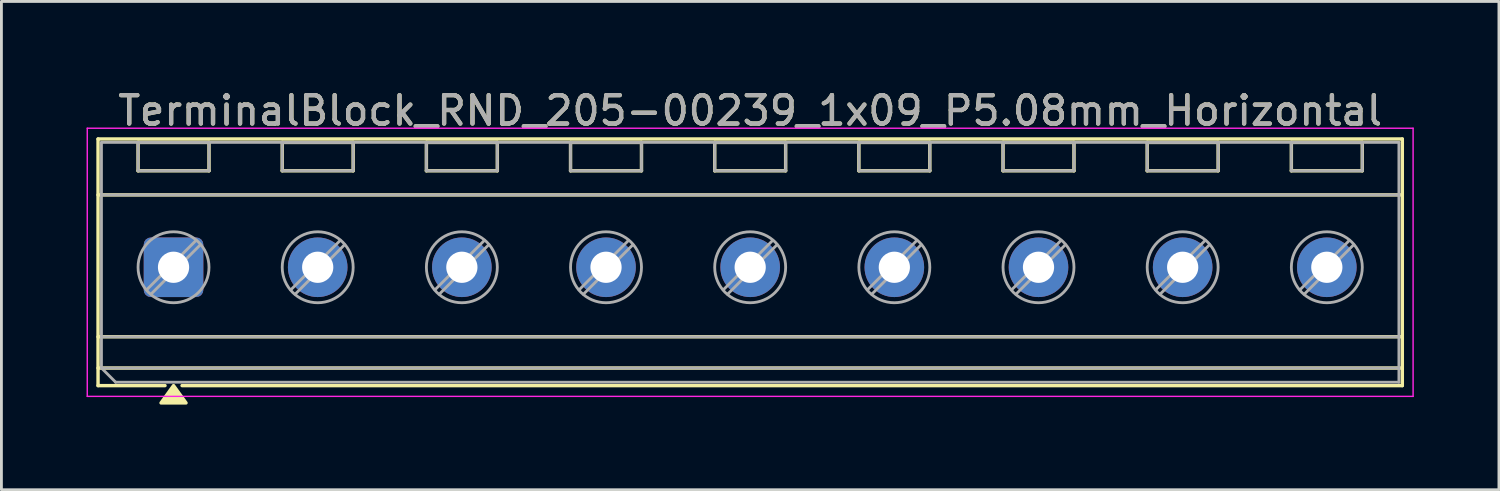
<source format=kicad_pcb>
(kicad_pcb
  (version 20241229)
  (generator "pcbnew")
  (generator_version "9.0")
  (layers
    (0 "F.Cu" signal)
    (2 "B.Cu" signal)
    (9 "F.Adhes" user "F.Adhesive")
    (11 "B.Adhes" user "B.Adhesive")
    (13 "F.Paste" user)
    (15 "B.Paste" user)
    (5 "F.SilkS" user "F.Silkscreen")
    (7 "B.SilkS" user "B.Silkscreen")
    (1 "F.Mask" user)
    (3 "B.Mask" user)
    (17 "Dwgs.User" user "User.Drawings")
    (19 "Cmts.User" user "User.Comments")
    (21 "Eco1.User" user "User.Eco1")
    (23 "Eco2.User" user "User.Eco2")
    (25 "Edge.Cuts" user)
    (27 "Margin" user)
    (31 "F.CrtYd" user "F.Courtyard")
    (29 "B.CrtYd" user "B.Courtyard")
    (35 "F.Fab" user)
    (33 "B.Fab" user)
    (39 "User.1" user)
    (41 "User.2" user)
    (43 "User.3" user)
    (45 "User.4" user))
  (footprint "TerminalBlock_RND_205-00239_1x09_P5.08mm_Horizontal"
    (layer "F.Cu")
    (at 3.065 6.368)
    (property "Reference" "TerminalBlock_RND_205-00239_1x09_P5.08mm_Horizontal" (at 20.32 -5.52 0) (layer "F.SilkS") (effects (font (size 1 1) (thickness 0.15))))
    (attr through_hole)
    (fp_line (start -2.66 -4.52) (end 43.3 -4.52) (stroke (width 0.12) (type solid)) (layer "F.SilkS"))
    (fp_line (start -2.66 -2.55) (end 43.3 -2.55) (stroke (width 0.12) (type solid)) (layer "F.SilkS"))
    (fp_line (start -2.66 2.45) (end 43.3 2.45) (stroke (width 0.12) (type solid)) (layer "F.SilkS"))
    (fp_line (start -2.66 3.55) (end 43.3 3.55) (stroke (width 0.12) (type solid)) (layer "F.SilkS"))
    (fp_line (start -2.66 4.17) (end -2.66 -4.52) (stroke (width 0.12) (type solid)) (layer "F.SilkS"))
    (fp_line (start -1.25 -4.4) (end 1.25 -4.4) (stroke (width 0.12) (type solid)) (layer "F.SilkS"))
    (fp_line (start -1.25 -3.4) (end -1.25 -4.4) (stroke (width 0.12) (type solid)) (layer "F.SilkS"))
    (fp_line (start -0.3 4.17) (end -2.66 4.17) (stroke (width 0.12) (type solid)) (layer "F.SilkS"))
    (fp_line (start 1.25 -4.4) (end 1.25 -3.4) (stroke (width 0.12) (type solid)) (layer "F.SilkS"))
    (fp_line (start 1.25 -3.4) (end -1.25 -3.4) (stroke (width 0.12) (type solid)) (layer "F.SilkS"))
    (fp_line (start 3.83 -4.4) (end 6.33 -4.4) (stroke (width 0.12) (type solid)) (layer "F.SilkS"))
    (fp_line (start 3.83 -3.4) (end 3.83 -4.4) (stroke (width 0.12) (type solid)) (layer "F.SilkS"))
    (fp_line (start 6.33 -4.4) (end 6.33 -3.4) (stroke (width 0.12) (type solid)) (layer "F.SilkS"))
    (fp_line (start 6.33 -3.4) (end 3.83 -3.4) (stroke (width 0.12) (type solid)) (layer "F.SilkS"))
    (fp_line (start 8.91 -4.4) (end 11.41 -4.4) (stroke (width 0.12) (type solid)) (layer "F.SilkS"))
    (fp_line (start 8.91 -3.4) (end 8.91 -4.4) (stroke (width 0.12) (type solid)) (layer "F.SilkS"))
    (fp_line (start 11.41 -4.4) (end 11.41 -3.4) (stroke (width 0.12) (type solid)) (layer "F.SilkS"))
    (fp_line (start 11.41 -3.4) (end 8.91 -3.4) (stroke (width 0.12) (type solid)) (layer "F.SilkS"))
    (fp_line (start 13.99 -4.4) (end 16.49 -4.4) (stroke (width 0.12) (type solid)) (layer "F.SilkS"))
    (fp_line (start 13.99 -3.4) (end 13.99 -4.4) (stroke (width 0.12) (type solid)) (layer "F.SilkS"))
    (fp_line (start 16.49 -4.4) (end 16.49 -3.4) (stroke (width 0.12) (type solid)) (layer "F.SilkS"))
    (fp_line (start 16.49 -3.4) (end 13.99 -3.4) (stroke (width 0.12) (type solid)) (layer "F.SilkS"))
    (fp_line (start 19.07 -4.4) (end 21.57 -4.4) (stroke (width 0.12) (type solid)) (layer "F.SilkS"))
    (fp_line (start 19.07 -3.4) (end 19.07 -4.4) (stroke (width 0.12) (type solid)) (layer "F.SilkS"))
    (fp_line (start 21.57 -4.4) (end 21.57 -3.4) (stroke (width 0.12) (type solid)) (layer "F.SilkS"))
    (fp_line (start 21.57 -3.4) (end 19.07 -3.4) (stroke (width 0.12) (type solid)) (layer "F.SilkS"))
    (fp_line (start 24.15 -4.4) (end 26.65 -4.4) (stroke (width 0.12) (type solid)) (layer "F.SilkS"))
    (fp_line (start 24.15 -3.4) (end 24.15 -4.4) (stroke (width 0.12) (type solid)) (layer "F.SilkS"))
    (fp_line (start 26.65 -4.4) (end 26.65 -3.4) (stroke (width 0.12) (type solid)) (layer "F.SilkS"))
    (fp_line (start 26.65 -3.4) (end 24.15 -3.4) (stroke (width 0.12) (type solid)) (layer "F.SilkS"))
    (fp_line (start 29.23 -4.4) (end 31.73 -4.4) (stroke (width 0.12) (type solid)) (layer "F.SilkS"))
    (fp_line (start 29.23 -3.4) (end 29.23 -4.4) (stroke (width 0.12) (type solid)) (layer "F.SilkS"))
    (fp_line (start 31.73 -4.4) (end 31.73 -3.4) (stroke (width 0.12) (type solid)) (layer "F.SilkS"))
    (fp_line (start 31.73 -3.4) (end 29.23 -3.4) (stroke (width 0.12) (type solid)) (layer "F.SilkS"))
    (fp_line (start 34.31 -4.4) (end 36.81 -4.4) (stroke (width 0.12) (type solid)) (layer "F.SilkS"))
    (fp_line (start 34.31 -3.4) (end 34.31 -4.4) (stroke (width 0.12) (type solid)) (layer "F.SilkS"))
    (fp_line (start 36.81 -4.4) (end 36.81 -3.4) (stroke (width 0.12) (type solid)) (layer "F.SilkS"))
    (fp_line (start 36.81 -3.4) (end 34.31 -3.4) (stroke (width 0.12) (type solid)) (layer "F.SilkS"))
    (fp_line (start 39.39 -4.4) (end 41.89 -4.4) (stroke (width 0.12) (type solid)) (layer "F.SilkS"))
    (fp_line (start 39.39 -3.4) (end 39.39 -4.4) (stroke (width 0.12) (type solid)) (layer "F.SilkS"))
    (fp_line (start 41.89 -4.4) (end 41.89 -3.4) (stroke (width 0.12) (type solid)) (layer "F.SilkS"))
    (fp_line (start 41.89 -3.4) (end 39.39 -3.4) (stroke (width 0.12) (type solid)) (layer "F.SilkS"))
    (fp_line (start 43.3 -4.52) (end 43.3 4.17) (stroke (width 0.12) (type solid)) (layer "F.SilkS"))
    (fp_line (start 43.3 4.17) (end 0.3 4.17) (stroke (width 0.12) (type solid)) (layer "F.SilkS"))
    (fp_poly (pts (xy 0 4.17) (xy 0.44 4.78) (xy -0.44 4.78)) (stroke (width 0.12) (type solid)) (fill yes) (layer "F.SilkS"))
    (fp_line (start -3.04 -4.9) (end -3.04 4.55) (stroke (width 0.05) (type solid)) (layer "F.CrtYd"))
    (fp_line (start -3.04 4.55) (end 43.68 4.55) (stroke (width 0.05) (type solid)) (layer "F.CrtYd"))
    (fp_line (start 43.68 -4.9) (end -3.04 -4.9) (stroke (width 0.05) (type solid)) (layer "F.CrtYd"))
    (fp_line (start 43.68 4.55) (end 43.68 -4.9) (stroke (width 0.05) (type solid)) (layer "F.CrtYd"))
    (fp_line (start -2.54 -4.4) (end 43.18 -4.4) (stroke (width 0.1) (type solid)) (layer "F.Fab"))
    (fp_line (start -2.54 -2.55) (end 43.18 -2.55) (stroke (width 0.1) (type solid)) (layer "F.Fab"))
    (fp_line (start -2.54 2.45) (end 43.18 2.45) (stroke (width 0.1) (type solid)) (layer "F.Fab"))
    (fp_line (start -2.54 3.55) (end -2.54 -4.4) (stroke (width 0.1) (type solid)) (layer "F.Fab"))
    (fp_line (start -2.54 3.55) (end 43.18 3.55) (stroke (width 0.1) (type solid)) (layer "F.Fab"))
    (fp_line (start -2.04 4.05) (end -2.54 3.55) (stroke (width 0.1) (type solid)) (layer "F.Fab"))
    (fp_line (start -1.25 -4.4) (end -1.25 -3.4) (stroke (width 0.1) (type solid)) (layer "F.Fab"))
    (fp_line (start -1.25 -3.4) (end 1.25 -3.4) (stroke (width 0.1) (type solid)) (layer "F.Fab"))
    (fp_line (start 0.795 -0.948) (end -0.948 0.795) (stroke (width 0.1) (type solid)) (layer "F.Fab"))
    (fp_line (start 0.948 -0.795) (end -0.795 0.948) (stroke (width 0.1) (type solid)) (layer "F.Fab"))
    (fp_line (start 1.25 -4.4) (end -1.25 -4.4) (stroke (width 0.1) (type solid)) (layer "F.Fab"))
    (fp_line (start 1.25 -3.4) (end 1.25 -4.4) (stroke (width 0.1) (type solid)) (layer "F.Fab"))
    (fp_line (start 3.83 -4.4) (end 3.83 -3.4) (stroke (width 0.1) (type solid)) (layer "F.Fab"))
    (fp_line (start 3.83 -3.4) (end 6.33 -3.4) (stroke (width 0.1) (type solid)) (layer "F.Fab"))
    (fp_line (start 5.875 -0.948) (end 4.132 0.795) (stroke (width 0.1) (type solid)) (layer "F.Fab"))
    (fp_line (start 6.028 -0.795) (end 4.285 0.948) (stroke (width 0.1) (type solid)) (layer "F.Fab"))
    (fp_line (start 6.33 -4.4) (end 3.83 -4.4) (stroke (width 0.1) (type solid)) (layer "F.Fab"))
    (fp_line (start 6.33 -3.4) (end 6.33 -4.4) (stroke (width 0.1) (type solid)) (layer "F.Fab"))
    (fp_line (start 8.91 -4.4) (end 8.91 -3.4) (stroke (width 0.1) (type solid)) (layer "F.Fab"))
    (fp_line (start 8.91 -3.4) (end 11.41 -3.4) (stroke (width 0.1) (type solid)) (layer "F.Fab"))
    (fp_line (start 10.955 -0.948) (end 9.212 0.795) (stroke (width 0.1) (type solid)) (layer "F.Fab"))
    (fp_line (start 11.108 -0.795) (end 9.365 0.948) (stroke (width 0.1) (type solid)) (layer "F.Fab"))
    (fp_line (start 11.41 -4.4) (end 8.91 -4.4) (stroke (width 0.1) (type solid)) (layer "F.Fab"))
    (fp_line (start 11.41 -3.4) (end 11.41 -4.4) (stroke (width 0.1) (type solid)) (layer "F.Fab"))
    (fp_line (start 13.99 -4.4) (end 13.99 -3.4) (stroke (width 0.1) (type solid)) (layer "F.Fab"))
    (fp_line (start 13.99 -3.4) (end 16.49 -3.4) (stroke (width 0.1) (type solid)) (layer "F.Fab"))
    (fp_line (start 16.035 -0.948) (end 14.292 0.795) (stroke (width 0.1) (type solid)) (layer "F.Fab"))
    (fp_line (start 16.188 -0.795) (end 14.445 0.948) (stroke (width 0.1) (type solid)) (layer "F.Fab"))
    (fp_line (start 16.49 -4.4) (end 13.99 -4.4) (stroke (width 0.1) (type solid)) (layer "F.Fab"))
    (fp_line (start 16.49 -3.4) (end 16.49 -4.4) (stroke (width 0.1) (type solid)) (layer "F.Fab"))
    (fp_line (start 19.07 -4.4) (end 19.07 -3.4) (stroke (width 0.1) (type solid)) (layer "F.Fab"))
    (fp_line (start 19.07 -3.4) (end 21.57 -3.4) (stroke (width 0.1) (type solid)) (layer "F.Fab"))
    (fp_line (start 21.115 -0.948) (end 19.372 0.795) (stroke (width 0.1) (type solid)) (layer "F.Fab"))
    (fp_line (start 21.268 -0.795) (end 19.525 0.948) (stroke (width 0.1) (type solid)) (layer "F.Fab"))
    (fp_line (start 21.57 -4.4) (end 19.07 -4.4) (stroke (width 0.1) (type solid)) (layer "F.Fab"))
    (fp_line (start 21.57 -3.4) (end 21.57 -4.4) (stroke (width 0.1) (type solid)) (layer "F.Fab"))
    (fp_line (start 24.15 -4.4) (end 24.15 -3.4) (stroke (width 0.1) (type solid)) (layer "F.Fab"))
    (fp_line (start 24.15 -3.4) (end 26.65 -3.4) (stroke (width 0.1) (type solid)) (layer "F.Fab"))
    (fp_line (start 26.195 -0.948) (end 24.452 0.795) (stroke (width 0.1) (type solid)) (layer "F.Fab"))
    (fp_line (start 26.348 -0.795) (end 24.605 0.948) (stroke (width 0.1) (type solid)) (layer "F.Fab"))
    (fp_line (start 26.65 -4.4) (end 24.15 -4.4) (stroke (width 0.1) (type solid)) (layer "F.Fab"))
    (fp_line (start 26.65 -3.4) (end 26.65 -4.4) (stroke (width 0.1) (type solid)) (layer "F.Fab"))
    (fp_line (start 29.23 -4.4) (end 29.23 -3.4) (stroke (width 0.1) (type solid)) (layer "F.Fab"))
    (fp_line (start 29.23 -3.4) (end 31.73 -3.4) (stroke (width 0.1) (type solid)) (layer "F.Fab"))
    (fp_line (start 31.275 -0.948) (end 29.532 0.795) (stroke (width 0.1) (type solid)) (layer "F.Fab"))
    (fp_line (start 31.428 -0.795) (end 29.685 0.948) (stroke (width 0.1) (type solid)) (layer "F.Fab"))
    (fp_line (start 31.73 -4.4) (end 29.23 -4.4) (stroke (width 0.1) (type solid)) (layer "F.Fab"))
    (fp_line (start 31.73 -3.4) (end 31.73 -4.4) (stroke (width 0.1) (type solid)) (layer "F.Fab"))
    (fp_line (start 34.31 -4.4) (end 34.31 -3.4) (stroke (width 0.1) (type solid)) (layer "F.Fab"))
    (fp_line (start 34.31 -3.4) (end 36.81 -3.4) (stroke (width 0.1) (type solid)) (layer "F.Fab"))
    (fp_line (start 36.355 -0.948) (end 34.612 0.795) (stroke (width 0.1) (type solid)) (layer "F.Fab"))
    (fp_line (start 36.508 -0.795) (end 34.765 0.948) (stroke (width 0.1) (type solid)) (layer "F.Fab"))
    (fp_line (start 36.81 -4.4) (end 34.31 -4.4) (stroke (width 0.1) (type solid)) (layer "F.Fab"))
    (fp_line (start 36.81 -3.4) (end 36.81 -4.4) (stroke (width 0.1) (type solid)) (layer "F.Fab"))
    (fp_line (start 39.39 -4.4) (end 39.39 -3.4) (stroke (width 0.1) (type solid)) (layer "F.Fab"))
    (fp_line (start 39.39 -3.4) (end 41.89 -3.4) (stroke (width 0.1) (type solid)) (layer "F.Fab"))
    (fp_line (start 41.435 -0.948) (end 39.692 0.795) (stroke (width 0.1) (type solid)) (layer "F.Fab"))
    (fp_line (start 41.588 -0.795) (end 39.845 0.948) (stroke (width 0.1) (type solid)) (layer "F.Fab"))
    (fp_line (start 41.89 -4.4) (end 39.39 -4.4) (stroke (width 0.1) (type solid)) (layer "F.Fab"))
    (fp_line (start 41.89 -3.4) (end 41.89 -4.4) (stroke (width 0.1) (type solid)) (layer "F.Fab"))
    (fp_line (start 43.18 -4.4) (end 43.18 4.05) (stroke (width 0.1) (type solid)) (layer "F.Fab"))
    (fp_line (start 43.18 4.05) (end -2.04 4.05) (stroke (width 0.1) (type solid)) (layer "F.Fab"))
    (fp_circle (center 0 0) (end 1.25 0) (stroke (width 0.1) (type solid)) (fill no) (layer "F.Fab"))
    (fp_circle (center 5.08 0) (end 6.33 0) (stroke (width 0.1) (type solid)) (fill no) (layer "F.Fab"))
    (fp_circle (center 10.16 0) (end 11.41 0) (stroke (width 0.1) (type solid)) (fill no) (layer "F.Fab"))
    (fp_circle (center 15.24 0) (end 16.49 0) (stroke (width 0.1) (type solid)) (fill no) (layer "F.Fab"))
    (fp_circle (center 20.32 0) (end 21.57 0) (stroke (width 0.1) (type solid)) (fill no) (layer "F.Fab"))
    (fp_circle (center 25.4 0) (end 26.65 0) (stroke (width 0.1) (type solid)) (fill no) (layer "F.Fab"))
    (fp_circle (center 30.48 0) (end 31.73 0) (stroke (width 0.1) (type solid)) (fill no) (layer "F.Fab"))
    (fp_circle (center 35.56 0) (end 36.81 0) (stroke (width 0.1) (type solid)) (fill no) (layer "F.Fab"))
    (fp_circle (center 40.64 0) (end 41.89 0) (stroke (width 0.1) (type solid)) (fill no) (layer "F.Fab"))
    (fp_text user "${REFERENCE}" (at 20.32 -5.52 0) (layer "F.Fab") (effects (font (size 1 1) (thickness 0.15))))
    (pad "1" thru_hole roundrect (at 0 0) (size 2.1 2.1) (drill 1.1) (layers "*.Cu" "*.Mask") (roundrect_rratio 0.119))
    (pad "2" thru_hole circle (at 5.08 0) (size 2.1 2.1) (drill 1.1) (layers "*.Cu" "*.Mask"))
    (pad "3" thru_hole circle (at 10.16 0) (size 2.1 2.1) (drill 1.1) (layers "*.Cu" "*.Mask"))
    (pad "4" thru_hole circle (at 15.24 0) (size 2.1 2.1) (drill 1.1) (layers "*.Cu" "*.Mask"))
    (pad "5" thru_hole circle (at 20.32 0) (size 2.1 2.1) (drill 1.1) (layers "*.Cu" "*.Mask"))
    (pad "6" thru_hole circle (at 25.4 0) (size 2.1 2.1) (drill 1.1) (layers "*.Cu" "*.Mask"))
    (pad "7" thru_hole circle (at 30.48 0) (size 2.1 2.1) (drill 1.1) (layers "*.Cu" "*.Mask"))
    (pad "8" thru_hole circle (at 35.56 0) (size 2.1 2.1) (drill 1.1) (layers "*.Cu" "*.Mask"))
    (pad "9" thru_hole circle (at 40.64 0) (size 2.1 2.1) (drill 1.1) (layers "*.Cu" "*.Mask")))
  (gr_rect
    (start -3 -3)
    (end 49.77 14.208)
    (stroke (width 0.1) (type default))
    (fill no)
    (layer "Edge.Cuts")))
</source>
